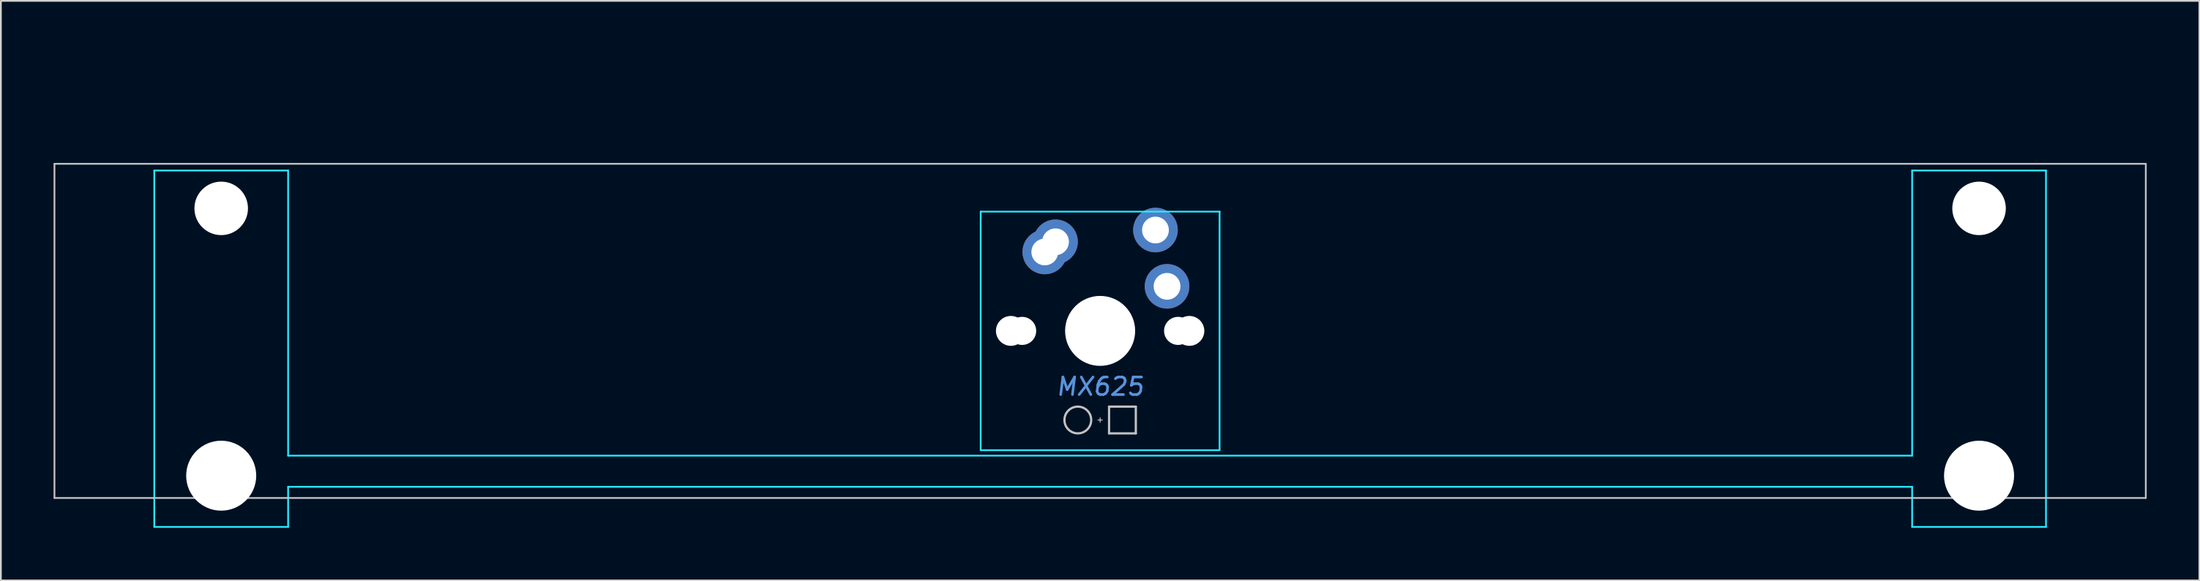
<source format=kicad_pcb>
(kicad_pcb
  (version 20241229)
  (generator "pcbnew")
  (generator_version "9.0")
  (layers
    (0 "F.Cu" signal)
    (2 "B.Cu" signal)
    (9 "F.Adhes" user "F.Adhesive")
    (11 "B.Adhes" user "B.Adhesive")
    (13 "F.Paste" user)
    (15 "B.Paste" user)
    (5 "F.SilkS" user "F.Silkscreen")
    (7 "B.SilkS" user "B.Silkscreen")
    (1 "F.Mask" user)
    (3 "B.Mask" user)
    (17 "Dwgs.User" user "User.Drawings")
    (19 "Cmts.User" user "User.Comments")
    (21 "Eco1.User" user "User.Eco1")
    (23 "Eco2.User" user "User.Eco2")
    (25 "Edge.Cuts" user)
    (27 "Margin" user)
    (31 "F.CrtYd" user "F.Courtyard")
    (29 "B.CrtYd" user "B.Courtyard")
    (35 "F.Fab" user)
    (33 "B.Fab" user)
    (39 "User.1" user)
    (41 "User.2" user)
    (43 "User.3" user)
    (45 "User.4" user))
  (footprint "MX625"
    (layer "F.Cu")
    (at 59.581 15.815)
    (property "Reference" "MX625" (at 0 3.175 0) (layer "Cmts.User") (effects (font (size 1 1) (thickness 0.15) (italic yes))))
    (attr through_hole)
    (fp_line (start -59.531 -9.525) (end -59.531 9.525) (stroke (width 0.1) (type solid)) (layer "Dwgs.User"))
    (fp_line (start -59.531 -9.525) (end 59.531 -9.525) (stroke (width 0.1) (type solid)) (layer "Dwgs.User"))
    (fp_line (start -59.531 9.525) (end 59.531 9.525) (stroke (width 0.1) (type solid)) (layer "Dwgs.User"))
    (fp_line (start -0.127 5.08) (end 0.127 5.08) (stroke (width 0.051) (type solid)) (layer "Dwgs.User"))
    (fp_line (start 0 5.207) (end 0 4.953) (stroke (width 0.051) (type solid)) (layer "Dwgs.User"))
    (fp_line (start 0.508 4.318) (end 0.508 5.842) (stroke (width 0.127) (type solid)) (layer "Dwgs.User"))
    (fp_line (start 0.508 4.318) (end 2.032 4.318) (stroke (width 0.127) (type solid)) (layer "Dwgs.User"))
    (fp_line (start 0.508 5.842) (end 2.032 5.842) (stroke (width 0.127) (type solid)) (layer "Dwgs.User"))
    (fp_line (start 2.032 5.842) (end 2.032 4.318) (stroke (width 0.127) (type solid)) (layer "Dwgs.User"))
    (fp_line (start 59.531 -9.525) (end 59.531 9.525) (stroke (width 0.1) (type solid)) (layer "Dwgs.User"))
    (fp_circle (center -1.27 5.08) (end -0.508 5.08) (stroke (width 0.127) (type solid)) (fill no) (layer "Dwgs.User"))
    (fp_line (start -54.28 -3.302) (end -53.264 -3.302) (stroke (width 0.1) (type solid)) (layer "Eco1.User"))
    (fp_line (start -54.28 -0.508) (end -54.28 -3.302) (stroke (width 0.1) (type solid)) (layer "Eco1.User"))
    (fp_line (start -53.264 -3.302) (end -53.264 -5.69) (stroke (width 0.1) (type solid)) (layer "Eco1.User"))
    (fp_line (start -53.264 -0.508) (end -54.28 -0.508) (stroke (width 0.1) (type solid)) (layer "Eco1.User"))
    (fp_line (start -53.264 -5.69) (end -46.609 -5.69) (stroke (width 0.1) (type solid)) (layer "Eco1.User"))
    (fp_line (start -53.264 6.604) (end -53.264 -0.508) (stroke (width 0.1) (type solid)) (layer "Eco1.User"))
    (fp_line (start -51.46 6.604) (end -53.264 6.604) (stroke (width 0.1) (type solid)) (layer "Eco1.User"))
    (fp_line (start -51.46 7.772) (end -51.46 6.604) (stroke (width 0.1) (type solid)) (layer "Eco1.User"))
    (fp_line (start -48.412 6.604) (end -48.412 7.772) (stroke (width 0.1) (type solid)) (layer "Eco1.User"))
    (fp_line (start -48.412 7.772) (end -51.46 7.772) (stroke (width 0.1) (type solid)) (layer "Eco1.User"))
    (fp_line (start -46.609 -5.69) (end -46.609 -2.286) (stroke (width 0.1) (type solid)) (layer "Eco1.User"))
    (fp_line (start -46.609 -2.286) (end -6.985 -2.286) (stroke (width 0.1) (type solid)) (layer "Eco1.User"))
    (fp_line (start -46.609 2.286) (end -46.609 6.604) (stroke (width 0.1) (type solid)) (layer "Eco1.User"))
    (fp_line (start -46.609 6.604) (end -48.412 6.604) (stroke (width 0.1) (type solid)) (layer "Eco1.User"))
    (fp_line (start -7 -7) (end 7 -7) (stroke (width 0.1) (type solid)) (layer "Eco1.User"))
    (fp_line (start -7 7) (end -6.985 2.286) (stroke (width 0.1) (type solid)) (layer "Eco1.User"))
    (fp_line (start -6.985 -2.286) (end -7 -7) (stroke (width 0.1) (type solid)) (layer "Eco1.User"))
    (fp_line (start -6.985 2.286) (end -46.609 2.286) (stroke (width 0.1) (type solid)) (layer "Eco1.User"))
    (fp_line (start -0.000028 -0.941) (end 0.000028 0.941) (stroke (width 0.1) (type solid)) (layer "Eco1.User"))
    (fp_line (start 0 -15.765) (end 0 -15.765) (stroke (width 0.1) (type solid)) (layer "Eco1.User"))
    (fp_line (start 0 -15.765) (end 0 -15.765) (stroke (width 0.1) (type solid)) (layer "Eco1.User"))
    (fp_line (start 0 -15.765) (end 0 -15.765) (stroke (width 0.1) (type solid)) (layer "Eco1.User"))
    (fp_line (start 0.941 -0.000031) (end -0.941 0.000025) (stroke (width 0.1) (type solid)) (layer "Eco1.User"))
    (fp_line (start 6.985 -2.286) (end 46.609 -2.286) (stroke (width 0.1) (type solid)) (layer "Eco1.User"))
    (fp_line (start 6.985 6.985) (end -7 7) (stroke (width 0.1) (type solid)) (layer "Eco1.User"))
    (fp_line (start 6.985 2.286) (end 6.985 6.985) (stroke (width 0.1) (type solid)) (layer "Eco1.User"))
    (fp_line (start 7 -7) (end 6.985 -2.286) (stroke (width 0.1) (type solid)) (layer "Eco1.User"))
    (fp_line (start 46.609 -2.286) (end 46.609 -5.69) (stroke (width 0.1) (type solid)) (layer "Eco1.User"))
    (fp_line (start 46.609 6.604) (end 46.609 2.286) (stroke (width 0.1) (type solid)) (layer "Eco1.User"))
    (fp_line (start 46.609 -5.69) (end 53.264 -5.69) (stroke (width 0.1) (type solid)) (layer "Eco1.User"))
    (fp_line (start 46.609 2.286) (end 6.985 2.286) (stroke (width 0.1) (type solid)) (layer "Eco1.User"))
    (fp_line (start 48.412 6.604) (end 46.609 6.604) (stroke (width 0.1) (type solid)) (layer "Eco1.User"))
    (fp_line (start 48.412 7.772) (end 48.412 6.604) (stroke (width 0.1) (type solid)) (layer "Eco1.User"))
    (fp_line (start 51.46 6.604) (end 51.46 7.772) (stroke (width 0.1) (type solid)) (layer "Eco1.User"))
    (fp_line (start 51.46 7.772) (end 48.412 7.772) (stroke (width 0.1) (type solid)) (layer "Eco1.User"))
    (fp_line (start 53.264 -5.69) (end 53.264 -3.302) (stroke (width 0.1) (type solid)) (layer "Eco1.User"))
    (fp_line (start 53.264 6.604) (end 51.46 6.604) (stroke (width 0.1) (type solid)) (layer "Eco1.User"))
    (fp_line (start 53.264 -3.302) (end 54.28 -3.302) (stroke (width 0.1) (type solid)) (layer "Eco1.User"))
    (fp_line (start 53.264 -0.508) (end 53.264 6.604) (stroke (width 0.1) (type solid)) (layer "Eco1.User"))
    (fp_line (start 54.28 -3.302) (end 54.28 -0.508) (stroke (width 0.1) (type solid)) (layer "Eco1.User"))
    (fp_line (start 54.28 -0.508) (end 53.264 -0.508) (stroke (width 0.1) (type solid)) (layer "Eco1.User"))
    (fp_line (start -53.848 -9.144) (end -53.848 11.176) (stroke (width 0.1) (type solid)) (layer "B.CrtYd"))
    (fp_line (start -53.848 -9.144) (end -46.228 -9.144) (stroke (width 0.1) (type solid)) (layer "B.CrtYd"))
    (fp_line (start -53.848 11.176) (end -46.228 11.176) (stroke (width 0.1) (type solid)) (layer "B.CrtYd"))
    (fp_line (start -46.228 7.112) (end -46.228 -9.144) (stroke (width 0.1) (type solid)) (layer "B.CrtYd"))
    (fp_line (start -46.228 7.112) (end 46.228 7.112) (stroke (width 0.1) (type solid)) (layer "B.CrtYd"))
    (fp_line (start -46.228 8.89) (end -46.228 11.176) (stroke (width 0.1) (type solid)) (layer "B.CrtYd"))
    (fp_line (start -46.228 8.89) (end 46.228 8.89) (stroke (width 0.1) (type solid)) (layer "B.CrtYd"))
    (fp_line (start -6.8 -6.8) (end -6.8 6.8) (stroke (width 0.1) (type solid)) (layer "B.CrtYd"))
    (fp_line (start -6.8 -6.8) (end 6.8 -6.8) (stroke (width 0.1) (type solid)) (layer "B.CrtYd"))
    (fp_line (start -6.8 6.8) (end 6.8 6.8) (stroke (width 0.1) (type solid)) (layer "B.CrtYd"))
    (fp_line (start 6.8 6.8) (end 6.8 -6.8) (stroke (width 0.1) (type solid)) (layer "B.CrtYd"))
    (fp_line (start 46.228 -9.144) (end 53.848 -9.144) (stroke (width 0.1) (type solid)) (layer "B.CrtYd"))
    (fp_line (start 46.228 7.112) (end 46.228 -9.144) (stroke (width 0.1) (type solid)) (layer "B.CrtYd"))
    (fp_line (start 46.228 8.89) (end 46.228 11.176) (stroke (width 0.1) (type solid)) (layer "B.CrtYd"))
    (fp_line (start 46.228 11.176) (end 53.848 11.176) (stroke (width 0.1) (type solid)) (layer "B.CrtYd"))
    (fp_line (start 53.848 -9.144) (end 53.848 11.176) (stroke (width 0.1) (type solid)) (layer "B.CrtYd"))
    (pad "" np_thru_hole circle (at -50.038 -6.985 180) (size 3.048 3.048) (drill 3.048) (layers "*.Cu" "*.Mask"))
    (pad "" np_thru_hole circle (at -50.038 8.255 180) (size 3.988 3.988) (drill 3.988) (layers "*.Cu" "*.Mask"))
    (pad "" np_thru_hole circle (at -5.08 0) (size 1.702 1.702) (drill 1.702) (layers "*.Cu" "*.Mask"))
    (pad "" np_thru_hole circle (at -4.44 0) (size 1.6 1.6) (drill 1.6) (layers "*.Cu" "*.Mask"))
    (pad "" np_thru_hole circle (at 0 0) (size 3.988 3.988) (drill 3.988) (layers "*.Cu" "*.Mask"))
    (pad "" np_thru_hole circle (at 4.44 0) (size 1.6 1.6) (drill 1.6) (layers "*.Cu" "*.Mask"))
    (pad "" np_thru_hole circle (at 5.08 0) (size 1.702 1.702) (drill 1.702) (layers "*.Cu" "*.Mask"))
    (pad "" np_thru_hole circle (at 50.038 -6.985 180) (size 3.048 3.048) (drill 3.048) (layers "*.Cu" "*.Mask"))
    (pad "" np_thru_hole circle (at 50.038 8.255 180) (size 3.988 3.988) (drill 3.988) (layers "*.Cu" "*.Mask"))
    (pad "1" thru_hole circle (at -3.15 -4.5) (size 2.54 2.54) (drill 1.524) (layers "*.Cu" "*.Mask"))
    (pad "1" thru_hole circle (at -2.54 -5.08) (size 2.54 2.54) (drill 1.524) (layers "*.Cu" "*.Mask"))
    (pad "2" thru_hole circle (at 3.15 -5.75) (size 2.54 2.54) (drill 1.524) (layers "*.Cu" "*.Mask"))
    (pad "2" thru_hole circle (at 3.81 -2.54) (size 2.54 2.54) (drill 1.524) (layers "*.Cu" "*.Mask")))
  (gr_rect
    (start -3 -3)
    (end 122.162 30.041)
    (stroke (width 0.1) (type default))
    (fill no)
    (layer "Edge.Cuts")))
</source>
